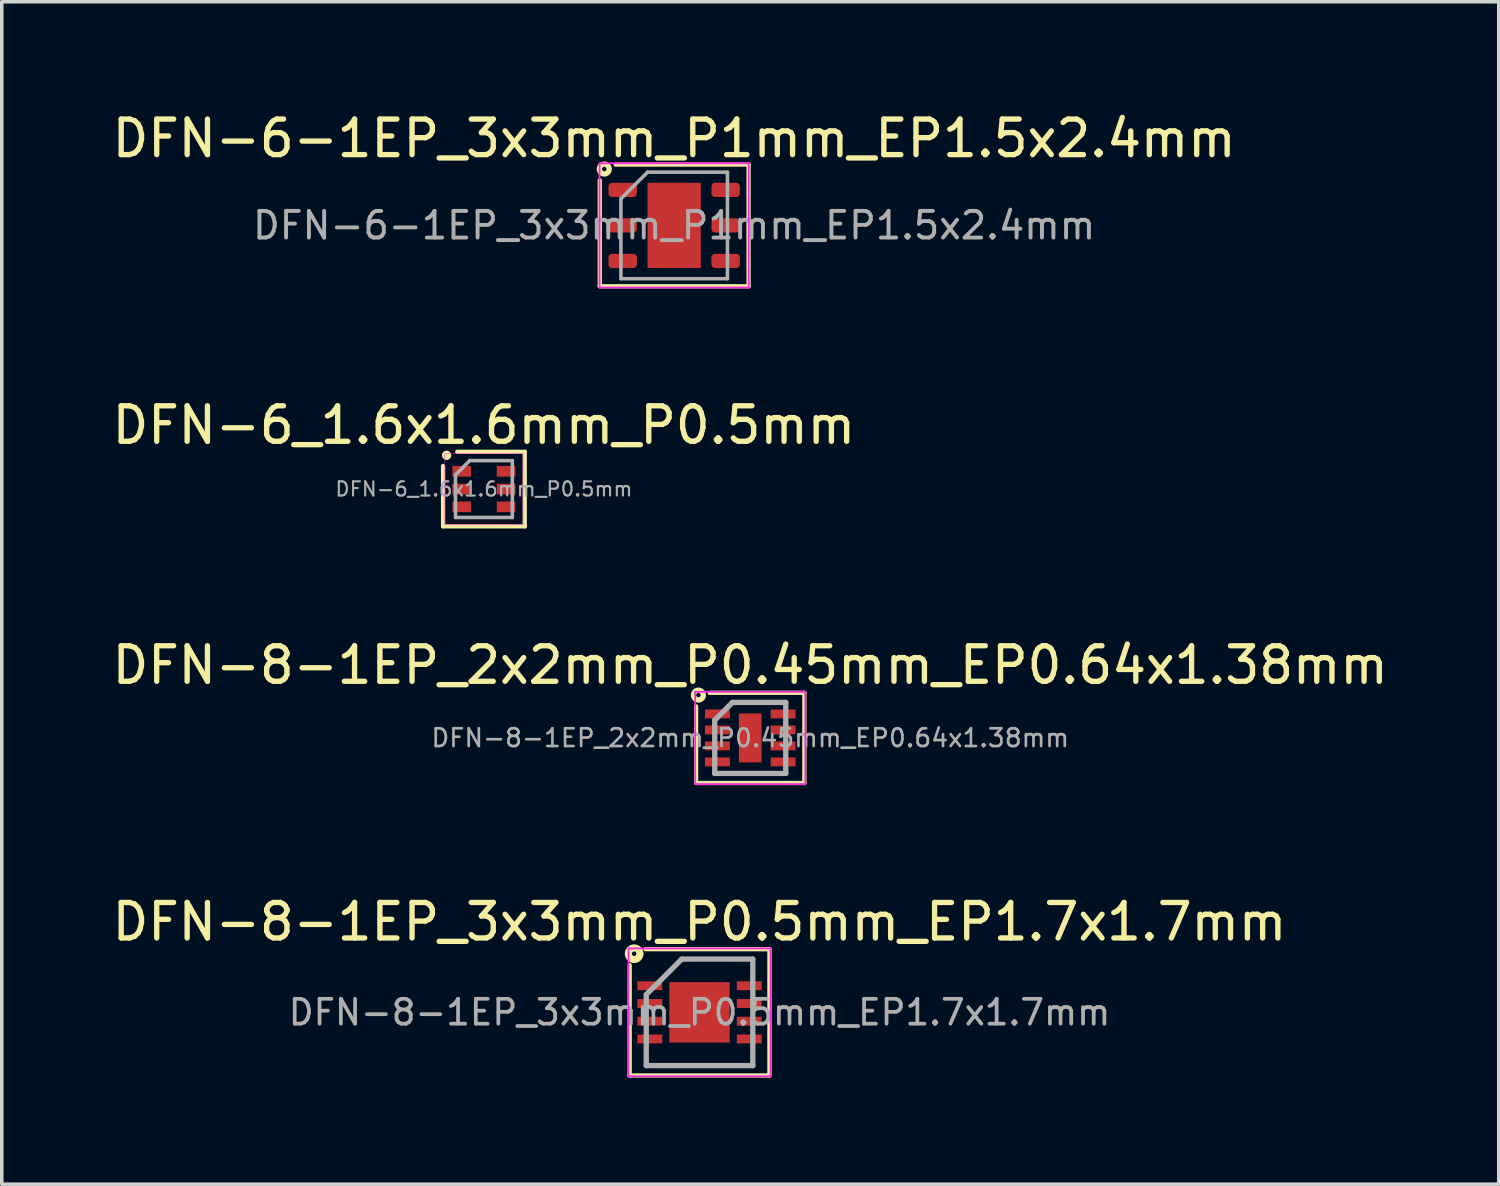
<source format=kicad_pcb>
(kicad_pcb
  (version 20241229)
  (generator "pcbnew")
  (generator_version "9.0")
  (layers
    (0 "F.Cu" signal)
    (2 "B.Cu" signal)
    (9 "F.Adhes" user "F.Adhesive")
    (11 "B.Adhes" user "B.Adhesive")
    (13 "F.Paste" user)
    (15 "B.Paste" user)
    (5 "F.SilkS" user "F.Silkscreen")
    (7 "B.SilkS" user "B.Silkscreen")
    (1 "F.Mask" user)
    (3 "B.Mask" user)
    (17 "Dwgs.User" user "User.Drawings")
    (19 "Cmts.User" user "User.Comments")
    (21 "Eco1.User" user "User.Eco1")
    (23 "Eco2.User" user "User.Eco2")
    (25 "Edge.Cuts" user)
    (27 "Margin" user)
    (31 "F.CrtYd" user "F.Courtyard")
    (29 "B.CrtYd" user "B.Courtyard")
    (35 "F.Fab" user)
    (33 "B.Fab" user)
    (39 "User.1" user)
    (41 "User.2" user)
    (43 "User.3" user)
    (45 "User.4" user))
  (footprint "DFN-8-1EP_3x3mm_P0.5mm_EP1.7x1.7mm"
    (layer "F.Cu")
    (at 16.649 25.458)
    (property "Reference" "DFN-8-1EP_3x3mm_P0.5mm_EP1.7x1.7mm" (at 0 -2.55 0) (layer "F.SilkS") (effects (font (size 1 1) (thickness 0.15))))
    (attr smd)
    (fp_line (start -1.968 1.778) (end -1.968 -1.333) (stroke (width 0.12) (type solid)) (layer "F.SilkS"))
    (fp_line (start -1.524 -1.778) (end 1.968 -1.778) (stroke (width 0.12) (type solid)) (layer "F.SilkS"))
    (fp_line (start 1.968 -1.778) (end 1.968 1.778) (stroke (width 0.12) (type solid)) (layer "F.SilkS"))
    (fp_line (start 1.968 1.778) (end -1.968 1.778) (stroke (width 0.12) (type solid)) (layer "F.SilkS"))
    (fp_circle (center -1.841 -1.651) (end -1.778 -1.651) (stroke (width 0.2) (type solid)) (fill no) (layer "F.SilkS"))
    (fp_line (start -2 -1.8) (end -2 1.8) (stroke (width 0.05) (type solid)) (layer "F.CrtYd"))
    (fp_line (start -2 -1.8) (end 2 -1.8) (stroke (width 0.05) (type solid)) (layer "F.CrtYd"))
    (fp_line (start -2 1.8) (end 2 1.8) (stroke (width 0.05) (type solid)) (layer "F.CrtYd"))
    (fp_line (start 2 -1.8) (end 2 1.8) (stroke (width 0.05) (type solid)) (layer "F.CrtYd"))
    (fp_line (start -1.5 -0.5) (end -0.5 -1.5) (stroke (width 0.15) (type solid)) (layer "F.Fab"))
    (fp_line (start -1.5 1.5) (end -1.5 -0.5) (stroke (width 0.15) (type solid)) (layer "F.Fab"))
    (fp_line (start -0.5 -1.5) (end 1.5 -1.5) (stroke (width 0.15) (type solid)) (layer "F.Fab"))
    (fp_line (start 1.5 -1.5) (end 1.5 1.5) (stroke (width 0.15) (type solid)) (layer "F.Fab"))
    (fp_line (start 1.5 1.5) (end -1.5 1.5) (stroke (width 0.15) (type solid)) (layer "F.Fab"))
    (fp_text user "${REFERENCE}" (at 0 0 0) (layer "F.Fab") (effects (font (size 0.7 0.7) (thickness 0.105))))
    (pad "" smd rect (at -0.415 -0.4) (size 0.64 0.6) (layers "F.Paste"))
    (pad "" smd rect (at -0.415 0.4) (size 0.64 0.6) (layers "F.Paste"))
    (pad "" smd rect (at 0.415 -0.4) (size 0.64 0.6) (layers "F.Paste"))
    (pad "" smd rect (at 0.415 0.4) (size 0.64 0.6) (layers "F.Paste"))
    (pad "1" smd rect (at -1.4 -0.75) (size 0.7 0.25) (layers "F.Cu" "F.Mask" "F.Paste"))
    (pad "2" smd rect (at -1.4 -0.25) (size 0.7 0.25) (layers "F.Cu" "F.Mask" "F.Paste"))
    (pad "3" smd rect (at -1.4 0.25) (size 0.7 0.25) (layers "F.Cu" "F.Mask" "F.Paste"))
    (pad "4" smd rect (at -1.4 0.75) (size 0.7 0.25) (layers "F.Cu" "F.Mask" "F.Paste"))
    (pad "5" smd rect (at 1.4 0.75) (size 0.7 0.25) (layers "F.Cu" "F.Mask" "F.Paste"))
    (pad "6" smd rect (at 1.4 0.25) (size 0.7 0.25) (layers "F.Cu" "F.Mask" "F.Paste"))
    (pad "7" smd rect (at 1.4 -0.25) (size 0.7 0.25) (layers "F.Cu" "F.Mask" "F.Paste"))
    (pad "8" smd rect (at 1.4 -0.75) (size 0.7 0.25) (layers "F.Cu" "F.Mask" "F.Paste"))
    (pad "9" smd rect (at 0 0) (size 1.7 1.7) (layers "F.Cu" "F.Mask")))
  (footprint "DFN-6-1EP_3x3mm_P1mm_EP1.5x2.4mm"
    (layer "F.Cu")
    (at 15.935 3.298)
    (property "Reference" "DFN-6-1EP_3x3mm_P1mm_EP1.5x2.4mm" (at 0 -2.45 0) (layer "F.SilkS") (effects (font (size 1 1) (thickness 0.15))))
    (attr smd)
    (fp_line (start -2.095 1.714) (end -2.095 -1.27) (stroke (width 0.12) (type solid)) (layer "F.SilkS"))
    (fp_line (start -1.651 -1.714) (end 2.095 -1.714) (stroke (width 0.12) (type solid)) (layer "F.SilkS"))
    (fp_line (start 2.095 -1.714) (end 2.095 1.714) (stroke (width 0.12) (type solid)) (layer "F.SilkS"))
    (fp_line (start 2.095 1.714) (end -2.095 1.714) (stroke (width 0.12) (type solid)) (layer "F.SilkS"))
    (fp_circle (center -1.968 -1.587) (end -1.905 -1.587) (stroke (width 0.15) (type solid)) (fill no) (layer "F.SilkS"))
    (fp_line (start -2.1 -1.75) (end -2.1 1.75) (stroke (width 0.05) (type solid)) (layer "F.CrtYd"))
    (fp_line (start -2.1 1.75) (end 2.1 1.75) (stroke (width 0.05) (type solid)) (layer "F.CrtYd"))
    (fp_line (start 2.1 -1.75) (end -2.1 -1.75) (stroke (width 0.05) (type solid)) (layer "F.CrtYd"))
    (fp_line (start 2.1 1.75) (end 2.1 -1.75) (stroke (width 0.05) (type solid)) (layer "F.CrtYd"))
    (fp_line (start -1.5 -0.75) (end -0.75 -1.5) (stroke (width 0.1) (type solid)) (layer "F.Fab"))
    (fp_line (start -1.5 1.5) (end -1.5 -0.75) (stroke (width 0.1) (type solid)) (layer "F.Fab"))
    (fp_line (start -0.75 -1.5) (end 1.5 -1.5) (stroke (width 0.1) (type solid)) (layer "F.Fab"))
    (fp_line (start 1.5 -1.5) (end 1.5 1.5) (stroke (width 0.1) (type solid)) (layer "F.Fab"))
    (fp_line (start 1.5 1.5) (end -1.5 1.5) (stroke (width 0.1) (type solid)) (layer "F.Fab"))
    (fp_text user "${REFERENCE}" (at 0 0 0) (layer "F.Fab") (effects (font (size 0.75 0.75) (thickness 0.11))))
    (pad "" smd roundrect (at -0.375 -0.6) (size 0.6 0.97) (layers "F.Paste") (roundrect_rratio 0.25))
    (pad "" smd roundrect (at -0.375 0.6) (size 0.6 0.97) (layers "F.Paste") (roundrect_rratio 0.25))
    (pad "" smd roundrect (at 0.375 -0.6) (size 0.6 0.97) (layers "F.Paste") (roundrect_rratio 0.25))
    (pad "" smd roundrect (at 0.375 0.6) (size 0.6 0.97) (layers "F.Paste") (roundrect_rratio 0.25))
    (pad "1" smd roundrect (at -1.45 -1) (size 0.8 0.4) (layers "F.Cu" "F.Mask" "F.Paste") (roundrect_rratio 0.25))
    (pad "2" smd roundrect (at -1.45 0) (size 0.8 0.4) (layers "F.Cu" "F.Mask" "F.Paste") (roundrect_rratio 0.25))
    (pad "3" smd roundrect (at -1.45 1) (size 0.8 0.4) (layers "F.Cu" "F.Mask" "F.Paste") (roundrect_rratio 0.25))
    (pad "4" smd roundrect (at 1.45 1) (size 0.8 0.4) (layers "F.Cu" "F.Mask" "F.Paste") (roundrect_rratio 0.25))
    (pad "5" smd roundrect (at 1.45 0) (size 0.8 0.4) (layers "F.Cu" "F.Mask" "F.Paste") (roundrect_rratio 0.25))
    (pad "6" smd roundrect (at 1.45 -1) (size 0.8 0.4) (layers "F.Cu" "F.Mask" "F.Paste") (roundrect_rratio 0.25))
    (pad "7" smd rect (at 0 0) (size 1.5 2.4) (layers "F.Cu" "F.Mask")))
  (footprint "DFN-8-1EP_2x2mm_P0.45mm_EP0.64x1.38mm"
    (layer "F.Cu")
    (at 18.077 17.73)
    (property "Reference" "DFN-8-1EP_2x2mm_P0.45mm_EP0.64x1.38mm" (at 0 -2.05 0) (layer "F.SilkS") (effects (font (size 1 1) (thickness 0.15))))
    (attr smd)
    (fp_line (start -1.524 1.27) (end -1.524 -0.889) (stroke (width 0.12) (type solid)) (layer "F.SilkS"))
    (fp_line (start -1.143 -1.27) (end 1.524 -1.27) (stroke (width 0.12) (type solid)) (layer "F.SilkS"))
    (fp_line (start 1.524 -1.27) (end 1.524 1.27) (stroke (width 0.12) (type solid)) (layer "F.SilkS"))
    (fp_line (start 1.524 1.27) (end -1.524 1.27) (stroke (width 0.12) (type solid)) (layer "F.SilkS"))
    (fp_circle (center -1.46 -1.206) (end -1.397 -1.206) (stroke (width 0.15) (type solid)) (fill no) (layer "F.SilkS"))
    (fp_line (start -1.55 -1.3) (end -1.55 1.3) (stroke (width 0.05) (type solid)) (layer "F.CrtYd"))
    (fp_line (start -1.55 -1.3) (end 1.55 -1.3) (stroke (width 0.05) (type solid)) (layer "F.CrtYd"))
    (fp_line (start -1.55 1.3) (end 1.55 1.3) (stroke (width 0.05) (type solid)) (layer "F.CrtYd"))
    (fp_line (start 1.55 -1.3) (end 1.55 1.3) (stroke (width 0.05) (type solid)) (layer "F.CrtYd"))
    (fp_line (start -1 -0.5) (end -0.5 -1) (stroke (width 0.15) (type solid)) (layer "F.Fab"))
    (fp_line (start -1 1) (end -1 -0.5) (stroke (width 0.15) (type solid)) (layer "F.Fab"))
    (fp_line (start -0.5 -1) (end 1 -1) (stroke (width 0.15) (type solid)) (layer "F.Fab"))
    (fp_line (start 1 -1) (end 1 1) (stroke (width 0.15) (type solid)) (layer "F.Fab"))
    (fp_line (start 1 1) (end -1 1) (stroke (width 0.15) (type solid)) (layer "F.Fab"))
    (fp_text user "${REFERENCE}" (at 0 0 0) (layer "F.Fab") (effects (font (size 0.5 0.5) (thickness 0.075))))
    (pad "" smd rect (at 0 -0.345) (size 0.53 0.54) (layers "F.Paste"))
    (pad "" smd rect (at 0 0.345) (size 0.53 0.54) (layers "F.Paste"))
    (pad "1" smd rect (at -0.925 -0.675) (size 0.7 0.25) (layers "F.Cu" "F.Mask" "F.Paste"))
    (pad "2" smd rect (at -0.925 -0.225) (size 0.7 0.25) (layers "F.Cu" "F.Mask" "F.Paste"))
    (pad "3" smd rect (at -0.925 0.225) (size 0.7 0.25) (layers "F.Cu" "F.Mask" "F.Paste"))
    (pad "4" smd rect (at -0.925 0.675) (size 0.7 0.25) (layers "F.Cu" "F.Mask" "F.Paste"))
    (pad "5" smd rect (at 0.925 0.675) (size 0.7 0.25) (layers "F.Cu" "F.Mask" "F.Paste"))
    (pad "6" smd rect (at 0.925 0.225) (size 0.7 0.25) (layers "F.Cu" "F.Mask" "F.Paste"))
    (pad "7" smd rect (at 0.925 -0.225) (size 0.7 0.25) (layers "F.Cu" "F.Mask" "F.Paste"))
    (pad "8" smd rect (at 0.925 -0.675) (size 0.7 0.25) (layers "F.Cu" "F.Mask" "F.Paste"))
    (pad "9" smd rect (at 0 0) (size 0.64 1.38) (layers "F.Cu" "F.Mask")))
  (footprint "DFN-6_1.6x1.6mm_P0.5mm"
    (layer "F.Cu")
    (at 10.577 10.722)
    (property "Reference" "DFN-6_1.6x1.6mm_P0.5mm" (at 0 -1.8 0) (layer "F.SilkS") (effects (font (size 1 1) (thickness 0.15))))
    (attr smd)
    (fp_line (start -1.15 1.05) (end -1.15 -0.65) (stroke (width 0.12) (type solid)) (layer "F.SilkS"))
    (fp_line (start -1.15 1.05) (end 1.15 1.05) (stroke (width 0.12) (type solid)) (layer "F.SilkS"))
    (fp_line (start 1.15 -1.05) (end -0.75 -1.05) (stroke (width 0.12) (type solid)) (layer "F.SilkS"))
    (fp_line (start 1.15 1.05) (end 1.15 -1.05) (stroke (width 0.12) (type solid)) (layer "F.SilkS"))
    (fp_circle (center -1.05 -0.95) (end -0.979 -0.95) (stroke (width 0.12) (type solid)) (fill yes) (layer "F.SilkS"))
    (fp_line (start -1.1 -1) (end -1.1 1) (stroke (width 0.013) (type solid)) (layer "F.CrtYd"))
    (fp_line (start -1.1 1) (end 1.1 1) (stroke (width 0.013) (type solid)) (layer "F.CrtYd"))
    (fp_line (start 1.1 -1) (end -1.1 -1) (stroke (width 0.013) (type solid)) (layer "F.CrtYd"))
    (fp_line (start 1.1 1) (end 1.1 -1) (stroke (width 0.013) (type solid)) (layer "F.CrtYd"))
    (fp_line (start -0.8 -0.4) (end -0.4 -0.8) (stroke (width 0.1) (type solid)) (layer "F.Fab"))
    (fp_line (start -0.8 0.8) (end -0.8 -0.4) (stroke (width 0.1) (type solid)) (layer "F.Fab"))
    (fp_line (start -0.4 -0.8) (end 0.8 -0.8) (stroke (width 0.1) (type solid)) (layer "F.Fab"))
    (fp_line (start 0.8 -0.8) (end 0.8 0.8) (stroke (width 0.1) (type solid)) (layer "F.Fab"))
    (fp_line (start 0.8 0.8) (end -0.8 0.8) (stroke (width 0.1) (type solid)) (layer "F.Fab"))
    (fp_text user "${REFERENCE}" (at 0 0 0) (layer "F.Fab") (effects (font (size 0.4 0.4) (thickness 0.06))))
    (pad "1" smd rect (at -0.625 -0.5) (size 0.525 0.3) (layers "F.Cu" "F.Mask" "F.Paste"))
    (pad "2" smd rect (at -0.625 0) (size 0.525 0.3) (layers "F.Cu" "F.Mask" "F.Paste"))
    (pad "3" smd rect (at -0.625 0.5) (size 0.525 0.3) (layers "F.Cu" "F.Mask" "F.Paste"))
    (pad "4" smd rect (at 0.625 0.5) (size 0.525 0.3) (layers "F.Cu" "F.Mask" "F.Paste"))
    (pad "5" smd rect (at 0.625 0) (size 0.525 0.3) (layers "F.Cu" "F.Mask" "F.Paste"))
    (pad "6" smd rect (at 0.625 -0.5) (size 0.525 0.3) (layers "F.Cu" "F.Mask" "F.Paste")))
  (gr_rect
    (start -3 -3)
    (end 39.155 30.296)
    (stroke (width 0.1) (type default))
    (fill no)
    (layer "Edge.Cuts")))
</source>
